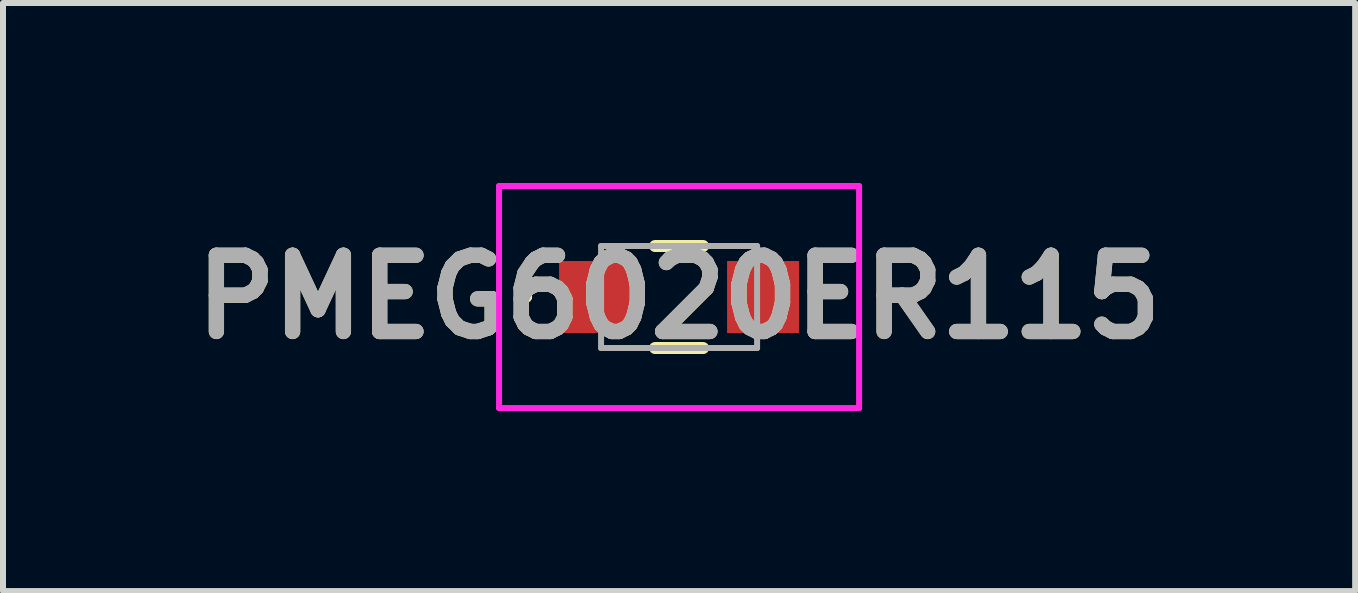
<source format=kicad_pcb>
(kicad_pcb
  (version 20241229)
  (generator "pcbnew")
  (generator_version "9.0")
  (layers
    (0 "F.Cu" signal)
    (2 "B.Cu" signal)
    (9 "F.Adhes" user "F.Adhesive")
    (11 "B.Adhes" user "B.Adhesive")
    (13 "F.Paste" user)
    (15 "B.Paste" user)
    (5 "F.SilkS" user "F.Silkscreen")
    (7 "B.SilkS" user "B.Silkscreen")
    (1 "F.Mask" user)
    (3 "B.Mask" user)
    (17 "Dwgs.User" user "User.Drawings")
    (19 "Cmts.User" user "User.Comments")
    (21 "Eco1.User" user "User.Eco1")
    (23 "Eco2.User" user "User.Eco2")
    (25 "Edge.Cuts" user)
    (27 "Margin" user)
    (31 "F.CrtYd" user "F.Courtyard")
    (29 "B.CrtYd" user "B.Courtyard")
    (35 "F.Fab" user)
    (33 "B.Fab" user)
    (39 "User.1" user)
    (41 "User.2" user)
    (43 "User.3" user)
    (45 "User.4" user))
  (footprint "PMEG6020ER115"
    (layer "F.Cu")
    (at 8.267 1.9)
    (property "Reference" "PMEG6020ER115" (at 0 0 0) (layer "F.SilkS") (effects (font (size 1.27 1.27) (thickness 0.254))))
    (attr smd)
    (fp_line (start -2.6 0) (end -2.6 0) (stroke (width 0.1) (type solid)) (layer "F.SilkS"))
    (fp_line (start -2.5 0) (end -2.5 0) (stroke (width 0.1) (type solid)) (layer "F.SilkS"))
    (fp_line (start -0.4 -0.85) (end 0.4 -0.85) (stroke (width 0.2) (type solid)) (layer "F.SilkS"))
    (fp_line (start -0.4 0.85) (end 0.4 0.85) (stroke (width 0.2) (type solid)) (layer "F.SilkS"))
    (fp_arc (start -2.6 0) (mid -2.55 -0.05) (end -2.5 0) (stroke (width 0.1) (type solid)) (layer "F.SilkS"))
    (fp_arc (start -2.5 0) (mid -2.55 0.05) (end -2.6 0) (stroke (width 0.1) (type solid)) (layer "F.SilkS"))
    (fp_line (start -3 -1.85) (end 3 -1.85) (stroke (width 0.1) (type solid)) (layer "F.CrtYd"))
    (fp_line (start -3 1.85) (end -3 -1.85) (stroke (width 0.1) (type solid)) (layer "F.CrtYd"))
    (fp_line (start 3 -1.85) (end 3 1.85) (stroke (width 0.1) (type solid)) (layer "F.CrtYd"))
    (fp_line (start 3 1.85) (end -3 1.85) (stroke (width 0.1) (type solid)) (layer "F.CrtYd"))
    (fp_line (start -1.3 -0.85) (end 1.3 -0.85) (stroke (width 0.1) (type solid)) (layer "F.Fab"))
    (fp_line (start -1.3 0.85) (end -1.3 -0.85) (stroke (width 0.1) (type solid)) (layer "F.Fab"))
    (fp_line (start 1.3 -0.85) (end 1.3 0.85) (stroke (width 0.1) (type solid)) (layer "F.Fab"))
    (fp_line (start 1.3 0.85) (end -1.3 0.85) (stroke (width 0.1) (type solid)) (layer "F.Fab"))
    (fp_text user "${REFERENCE}" (at 0 0 0) (layer "F.Fab") (effects (font (size 1.27 1.27) (thickness 0.254))))
    (pad "1" smd rect (at -1.4 0 90) (size 1.2 1.2) (layers "F.Cu" "F.Mask" "F.Paste"))
    (pad "2" smd rect (at 1.4 0 90) (size 1.2 1.2) (layers "F.Cu" "F.Mask" "F.Paste")))
  (gr_rect
    (start -3 -3)
    (end 19.534 6.8)
    (stroke (width 0.1) (type default))
    (fill no)
    (layer "Edge.Cuts")))
</source>
